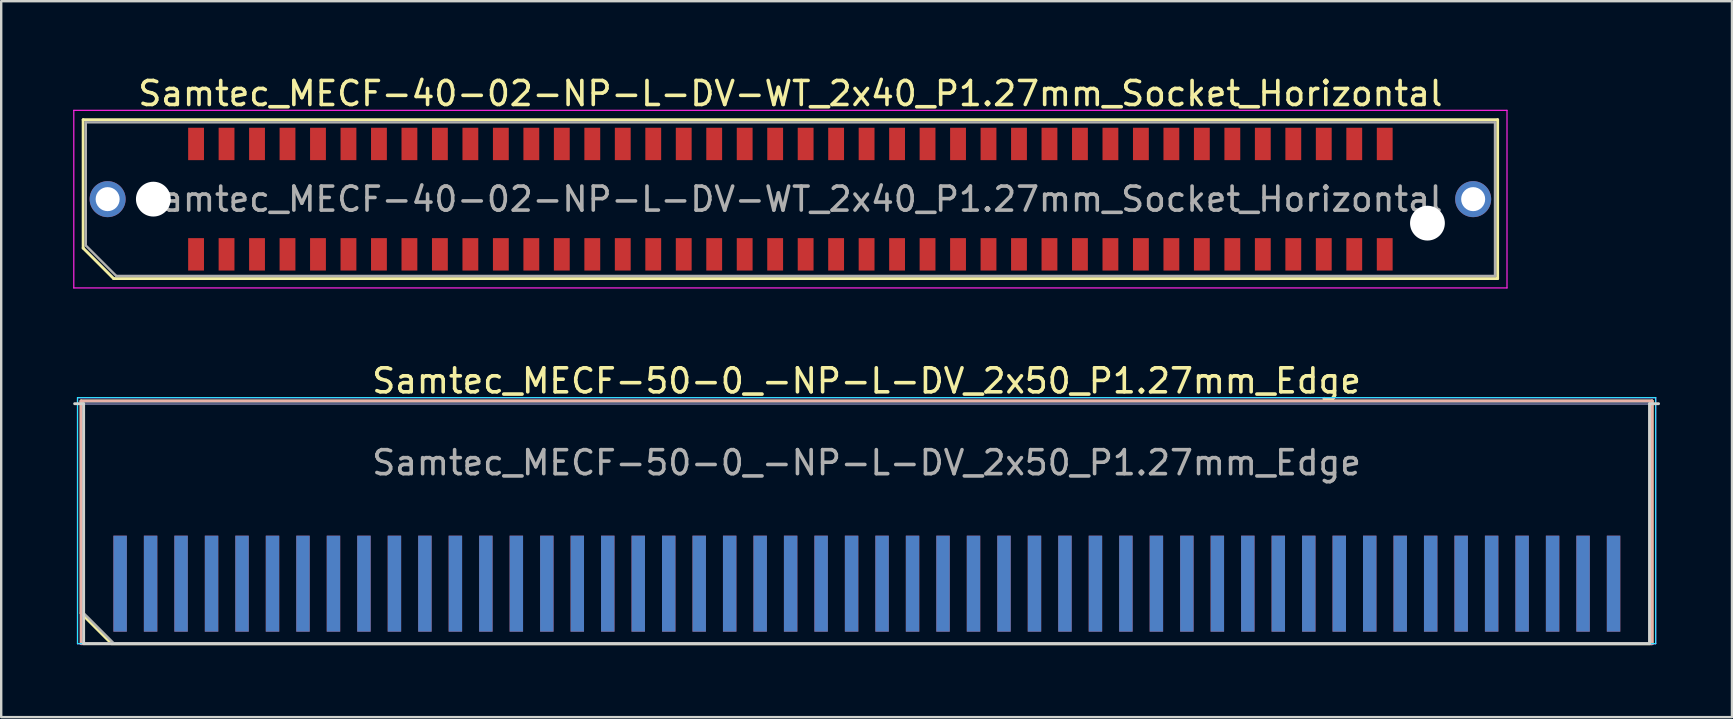
<source format=kicad_pcb>
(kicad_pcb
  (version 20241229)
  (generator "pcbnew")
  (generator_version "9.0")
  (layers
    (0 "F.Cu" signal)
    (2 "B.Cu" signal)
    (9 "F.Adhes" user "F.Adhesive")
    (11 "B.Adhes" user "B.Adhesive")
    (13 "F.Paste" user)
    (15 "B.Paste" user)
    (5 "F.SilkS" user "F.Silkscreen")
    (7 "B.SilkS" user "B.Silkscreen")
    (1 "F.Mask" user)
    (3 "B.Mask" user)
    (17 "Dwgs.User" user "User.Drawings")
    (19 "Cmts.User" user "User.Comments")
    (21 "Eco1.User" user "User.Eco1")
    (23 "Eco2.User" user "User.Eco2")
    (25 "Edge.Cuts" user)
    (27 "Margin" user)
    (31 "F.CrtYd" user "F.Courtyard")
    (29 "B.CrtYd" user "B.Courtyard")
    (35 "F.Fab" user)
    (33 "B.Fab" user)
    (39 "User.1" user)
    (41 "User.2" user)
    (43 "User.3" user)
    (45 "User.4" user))
  (footprint "Samtec_MECF-50-0_-NP-L-DV_2x50_P1.27mm_Edge"
    (layer "F.Cu")
    (at 33.06 18.771)
    (property "Reference" "Samtec_MECF-50-0_-NP-L-DV_2x50_P1.27mm_Edge" (at 0 -5.95 0) (layer "F.SilkS") (effects (font (size 1 1) (thickness 0.15))))
    (attr exclude_from_pos_files exclude_from_bom)
    (fp_line (start -32.73 -5.11) (end 32.73 -5.11) (stroke (width 0.12) (type solid)) (layer "F.SilkS"))
    (fp_line (start -32.73 3.73) (end -32.73 -5.11) (stroke (width 0.12) (type solid)) (layer "F.SilkS"))
    (fp_line (start -31.46 5) (end -32.73 3.73) (stroke (width 0.12) (type solid)) (layer "F.SilkS"))
    (fp_line (start -31.46 5) (end 32.73 5) (stroke (width 0.12) (type solid)) (layer "F.SilkS"))
    (fp_line (start 32.73 5) (end 32.73 -5.11) (stroke (width 0.12) (type solid)) (layer "F.SilkS"))
    (fp_line (start -32.73 -5.11) (end 32.73 -5.11) (stroke (width 0.12) (type solid)) (layer "B.SilkS"))
    (fp_line (start -32.73 5) (end -32.73 -5.11) (stroke (width 0.12) (type solid)) (layer "B.SilkS"))
    (fp_line (start -32.73 5) (end 32.73 5) (stroke (width 0.12) (type solid)) (layer "B.SilkS"))
    (fp_line (start 32.73 5) (end 32.73 -5.11) (stroke (width 0.12) (type solid)) (layer "B.SilkS"))
    (fp_line (start -33 -5) (end -32.625 -5) (stroke (width 0.12) (type solid)) (layer "Edge.Cuts"))
    (fp_line (start -32.625 5) (end -32.625 -5) (stroke (width 0.12) (type solid)) (layer "Edge.Cuts"))
    (fp_line (start -32.625 5) (end 32.625 5) (stroke (width 0.12) (type solid)) (layer "Edge.Cuts"))
    (fp_line (start 32.625 5) (end 32.625 -5) (stroke (width 0.12) (type solid)) (layer "Edge.Cuts"))
    (fp_line (start 33 -5) (end 32.625 -5) (stroke (width 0.12) (type solid)) (layer "Edge.Cuts"))
    (fp_line (start -32.88 -5.25) (end -32.88 5) (stroke (width 0.05) (type solid)) (layer "B.CrtYd"))
    (fp_line (start -32.88 5) (end 32.88 5) (stroke (width 0.05) (type solid)) (layer "B.CrtYd"))
    (fp_line (start 32.88 -5.25) (end -32.88 -5.25) (stroke (width 0.05) (type solid)) (layer "B.CrtYd"))
    (fp_line (start 32.88 5) (end 32.88 -5.25) (stroke (width 0.05) (type solid)) (layer "B.CrtYd"))
    (fp_line (start -32.88 -5.25) (end -32.88 5) (stroke (width 0.05) (type solid)) (layer "F.CrtYd"))
    (fp_line (start -32.88 5) (end 32.88 5) (stroke (width 0.05) (type solid)) (layer "F.CrtYd"))
    (fp_line (start 32.88 -5.25) (end -32.88 -5.25) (stroke (width 0.05) (type solid)) (layer "F.CrtYd"))
    (fp_line (start 32.88 5) (end 32.88 -5.25) (stroke (width 0.05) (type solid)) (layer "F.CrtYd"))
    (fp_line (start -32.625 -5) (end 32.625 -5) (stroke (width 0.1) (type solid)) (layer "B.Fab"))
    (fp_line (start -32.625 5) (end -32.625 -5) (stroke (width 0.1) (type solid)) (layer "B.Fab"))
    (fp_line (start -32.625 5) (end 32.625 5) (stroke (width 0.1) (type solid)) (layer "B.Fab"))
    (fp_line (start 32.625 5) (end 32.625 -5) (stroke (width 0.1) (type solid)) (layer "B.Fab"))
    (fp_line (start -32.625 -5) (end 32.625 -5) (stroke (width 0.1) (type solid)) (layer "F.Fab"))
    (fp_line (start -32.625 3.73) (end -32.625 -5) (stroke (width 0.1) (type solid)) (layer "F.Fab"))
    (fp_line (start -32.625 3.73) (end -31.355 5) (stroke (width 0.1) (type solid)) (layer "F.Fab"))
    (fp_line (start -31.355 5) (end 32.625 5) (stroke (width 0.1) (type solid)) (layer "F.Fab"))
    (fp_line (start 32.625 5) (end 32.625 -5) (stroke (width 0.1) (type solid)) (layer "F.Fab"))
    (fp_text user "${REFERENCE}" (at 0 -2.54 0) (layer "F.Fab") (effects (font (size 1 1) (thickness 0.15))))
    (pad "1" connect rect (at -31.105 2.5) (size 0.56 4) (layers "F.Cu" "F.Mask"))
    (pad "2" connect rect (at -31.105 2.5) (size 0.56 4) (layers "B.Cu" "B.Mask"))
    (pad "3" connect rect (at -29.835 2.5) (size 0.56 4) (layers "F.Cu" "F.Mask"))
    (pad "4" connect rect (at -29.835 2.5) (size 0.56 4) (layers "B.Cu" "B.Mask"))
    (pad "5" connect rect (at -28.565 2.5) (size 0.56 4) (layers "F.Cu" "F.Mask"))
    (pad "6" connect rect (at -28.565 2.5) (size 0.56 4) (layers "B.Cu" "B.Mask"))
    (pad "7" connect rect (at -27.295 2.5) (size 0.56 4) (layers "F.Cu" "F.Mask"))
    (pad "8" connect rect (at -27.295 2.5) (size 0.56 4) (layers "B.Cu" "B.Mask"))
    (pad "9" connect rect (at -26.025 2.5) (size 0.56 4) (layers "F.Cu" "F.Mask"))
    (pad "10" connect rect (at -26.025 2.5) (size 0.56 4) (layers "B.Cu" "B.Mask"))
    (pad "11" connect rect (at -24.755 2.5) (size 0.56 4) (layers "F.Cu" "F.Mask"))
    (pad "12" connect rect (at -24.755 2.5) (size 0.56 4) (layers "B.Cu" "B.Mask"))
    (pad "13" connect rect (at -23.485 2.5) (size 0.56 4) (layers "F.Cu" "F.Mask"))
    (pad "14" connect rect (at -23.485 2.5) (size 0.56 4) (layers "B.Cu" "B.Mask"))
    (pad "15" connect rect (at -22.215 2.5) (size 0.56 4) (layers "F.Cu" "F.Mask"))
    (pad "16" connect rect (at -22.215 2.5) (size 0.56 4) (layers "B.Cu" "B.Mask"))
    (pad "17" connect rect (at -20.945 2.5) (size 0.56 4) (layers "F.Cu" "F.Mask"))
    (pad "18" connect rect (at -20.945 2.5) (size 0.56 4) (layers "B.Cu" "B.Mask"))
    (pad "19" connect rect (at -19.675 2.5) (size 0.56 4) (layers "F.Cu" "F.Mask"))
    (pad "20" connect rect (at -19.675 2.5) (size 0.56 4) (layers "B.Cu" "B.Mask"))
    (pad "21" connect rect (at -18.405 2.5) (size 0.56 4) (layers "F.Cu" "F.Mask"))
    (pad "22" connect rect (at -18.405 2.5) (size 0.56 4) (layers "B.Cu" "B.Mask"))
    (pad "23" connect rect (at -17.135 2.5) (size 0.56 4) (layers "F.Cu" "F.Mask"))
    (pad "24" connect rect (at -17.135 2.5) (size 0.56 4) (layers "B.Cu" "B.Mask"))
    (pad "25" connect rect (at -15.865 2.5) (size 0.56 4) (layers "F.Cu" "F.Mask"))
    (pad "26" connect rect (at -15.865 2.5) (size 0.56 4) (layers "B.Cu" "B.Mask"))
    (pad "27" connect rect (at -14.595 2.5) (size 0.56 4) (layers "F.Cu" "F.Mask"))
    (pad "28" connect rect (at -14.595 2.5) (size 0.56 4) (layers "B.Cu" "B.Mask"))
    (pad "29" connect rect (at -13.325 2.5) (size 0.56 4) (layers "F.Cu" "F.Mask"))
    (pad "30" connect rect (at -13.325 2.5) (size 0.56 4) (layers "B.Cu" "B.Mask"))
    (pad "31" connect rect (at -12.055 2.5) (size 0.56 4) (layers "F.Cu" "F.Mask"))
    (pad "32" connect rect (at -12.055 2.5) (size 0.56 4) (layers "B.Cu" "B.Mask"))
    (pad "33" connect rect (at -10.785 2.5) (size 0.56 4) (layers "F.Cu" "F.Mask"))
    (pad "34" connect rect (at -10.785 2.5) (size 0.56 4) (layers "B.Cu" "B.Mask"))
    (pad "35" connect rect (at -9.515 2.5) (size 0.56 4) (layers "F.Cu" "F.Mask"))
    (pad "36" connect rect (at -9.515 2.5) (size 0.56 4) (layers "B.Cu" "B.Mask"))
    (pad "37" connect rect (at -8.245 2.5) (size 0.56 4) (layers "F.Cu" "F.Mask"))
    (pad "38" connect rect (at -8.245 2.5) (size 0.56 4) (layers "B.Cu" "B.Mask"))
    (pad "39" connect rect (at -6.975 2.5) (size 0.56 4) (layers "F.Cu" "F.Mask"))
    (pad "40" connect rect (at -6.975 2.5) (size 0.56 4) (layers "B.Cu" "B.Mask"))
    (pad "41" connect rect (at -5.705 2.5) (size 0.56 4) (layers "F.Cu" "F.Mask"))
    (pad "42" connect rect (at -5.705 2.5) (size 0.56 4) (layers "B.Cu" "B.Mask"))
    (pad "43" connect rect (at -4.435 2.5) (size 0.56 4) (layers "F.Cu" "F.Mask"))
    (pad "44" connect rect (at -4.435 2.5) (size 0.56 4) (layers "B.Cu" "B.Mask"))
    (pad "45" connect rect (at -3.165 2.5) (size 0.56 4) (layers "F.Cu" "F.Mask"))
    (pad "46" connect rect (at -3.165 2.5) (size 0.56 4) (layers "B.Cu" "B.Mask"))
    (pad "47" connect rect (at -1.895 2.5) (size 0.56 4) (layers "F.Cu" "F.Mask"))
    (pad "48" connect rect (at -1.895 2.5) (size 0.56 4) (layers "B.Cu" "B.Mask"))
    (pad "49" connect rect (at -0.625 2.5) (size 0.56 4) (layers "F.Cu" "F.Mask"))
    (pad "50" connect rect (at -0.625 2.5) (size 0.56 4) (layers "B.Cu" "B.Mask"))
    (pad "51" connect rect (at 0.645 2.5) (size 0.56 4) (layers "F.Cu" "F.Mask"))
    (pad "52" connect rect (at 0.645 2.5) (size 0.56 4) (layers "B.Cu" "B.Mask"))
    (pad "53" connect rect (at 1.915 2.5) (size 0.56 4) (layers "F.Cu" "F.Mask"))
    (pad "54" connect rect (at 1.915 2.5) (size 0.56 4) (layers "B.Cu" "B.Mask"))
    (pad "55" connect rect (at 3.185 2.5) (size 0.56 4) (layers "F.Cu" "F.Mask"))
    (pad "56" connect rect (at 3.185 2.5) (size 0.56 4) (layers "B.Cu" "B.Mask"))
    (pad "57" connect rect (at 4.455 2.5) (size 0.56 4) (layers "F.Cu" "F.Mask"))
    (pad "58" connect rect (at 4.455 2.5) (size 0.56 4) (layers "B.Cu" "B.Mask"))
    (pad "59" connect rect (at 5.725 2.5) (size 0.56 4) (layers "F.Cu" "F.Mask"))
    (pad "60" connect rect (at 5.725 2.5) (size 0.56 4) (layers "B.Cu" "B.Mask"))
    (pad "61" connect rect (at 6.995 2.5) (size 0.56 4) (layers "F.Cu" "F.Mask"))
    (pad "62" connect rect (at 6.995 2.5) (size 0.56 4) (layers "B.Cu" "B.Mask"))
    (pad "63" connect rect (at 8.265 2.5) (size 0.56 4) (layers "F.Cu" "F.Mask"))
    (pad "64" connect rect (at 8.265 2.5) (size 0.56 4) (layers "B.Cu" "B.Mask"))
    (pad "65" connect rect (at 9.535 2.5) (size 0.56 4) (layers "F.Cu" "F.Mask"))
    (pad "66" connect rect (at 9.535 2.5) (size 0.56 4) (layers "B.Cu" "B.Mask"))
    (pad "67" connect rect (at 10.805 2.5) (size 0.56 4) (layers "F.Cu" "F.Mask"))
    (pad "68" connect rect (at 10.805 2.5) (size 0.56 4) (layers "B.Cu" "B.Mask"))
    (pad "69" connect rect (at 12.075 2.5) (size 0.56 4) (layers "F.Cu" "F.Mask"))
    (pad "70" connect rect (at 12.075 2.5) (size 0.56 4) (layers "B.Cu" "B.Mask"))
    (pad "71" connect rect (at 13.345 2.5) (size 0.56 4) (layers "F.Cu" "F.Mask"))
    (pad "72" connect rect (at 13.345 2.5) (size 0.56 4) (layers "B.Cu" "B.Mask"))
    (pad "73" connect rect (at 14.615 2.5) (size 0.56 4) (layers "F.Cu" "F.Mask"))
    (pad "74" connect rect (at 14.615 2.5) (size 0.56 4) (layers "B.Cu" "B.Mask"))
    (pad "75" connect rect (at 15.885 2.5) (size 0.56 4) (layers "F.Cu" "F.Mask"))
    (pad "76" connect rect (at 15.885 2.5) (size 0.56 4) (layers "B.Cu" "B.Mask"))
    (pad "77" connect rect (at 17.155 2.5) (size 0.56 4) (layers "F.Cu" "F.Mask"))
    (pad "78" connect rect (at 17.155 2.5) (size 0.56 4) (layers "B.Cu" "B.Mask"))
    (pad "79" connect rect (at 18.425 2.5) (size 0.56 4) (layers "F.Cu" "F.Mask"))
    (pad "80" connect rect (at 18.425 2.5) (size 0.56 4) (layers "B.Cu" "B.Mask"))
    (pad "81" connect rect (at 19.695 2.5) (size 0.56 4) (layers "F.Cu" "F.Mask"))
    (pad "82" connect rect (at 19.695 2.5) (size 0.56 4) (layers "B.Cu" "B.Mask"))
    (pad "83" connect rect (at 20.965 2.5) (size 0.56 4) (layers "F.Cu" "F.Mask"))
    (pad "84" connect rect (at 20.965 2.5) (size 0.56 4) (layers "B.Cu" "B.Mask"))
    (pad "85" connect rect (at 22.235 2.5) (size 0.56 4) (layers "F.Cu" "F.Mask"))
    (pad "86" connect rect (at 22.235 2.5) (size 0.56 4) (layers "B.Cu" "B.Mask"))
    (pad "87" connect rect (at 23.505 2.5) (size 0.56 4) (layers "F.Cu" "F.Mask"))
    (pad "88" connect rect (at 23.505 2.5) (size 0.56 4) (layers "B.Cu" "B.Mask"))
    (pad "89" connect rect (at 24.775 2.5) (size 0.56 4) (layers "F.Cu" "F.Mask"))
    (pad "90" connect rect (at 24.775 2.5) (size 0.56 4) (layers "B.Cu" "B.Mask"))
    (pad "91" connect rect (at 26.045 2.5) (size 0.56 4) (layers "F.Cu" "F.Mask"))
    (pad "92" connect rect (at 26.045 2.5) (size 0.56 4) (layers "B.Cu" "B.Mask"))
    (pad "93" connect rect (at 27.315 2.5) (size 0.56 4) (layers "F.Cu" "F.Mask"))
    (pad "94" connect rect (at 27.315 2.5) (size 0.56 4) (layers "B.Cu" "B.Mask"))
    (pad "95" connect rect (at 28.585 2.5) (size 0.56 4) (layers "F.Cu" "F.Mask"))
    (pad "96" connect rect (at 28.585 2.5) (size 0.56 4) (layers "B.Cu" "B.Mask"))
    (pad "97" connect rect (at 29.855 2.5) (size 0.56 4) (layers "F.Cu" "F.Mask"))
    (pad "98" connect rect (at 29.855 2.5) (size 0.56 4) (layers "B.Cu" "B.Mask"))
    (pad "99" connect rect (at 31.125 2.5) (size 0.56 4) (layers "F.Cu" "F.Mask"))
    (pad "100" connect rect (at 31.125 2.5) (size 0.56 4) (layers "B.Cu" "B.Mask")))
  (footprint "Samtec_MECF-40-02-NP-L-DV-WT_2x40_P1.27mm_Socket_Horizontal"
    (layer "F.Cu")
    (at 29.885 5.248)
    (property "Reference" "Samtec_MECF-40-02-NP-L-DV-WT_2x40_P1.27mm_Socket_Horizontal" (at 0 -4.4 0) (layer "F.SilkS") (effects (font (size 1 1) (thickness 0.15))))
    (attr smd)
    (fp_line (start -29.47 -3.31) (end 29.47 -3.31) (stroke (width 0.12) (type solid)) (layer "F.SilkS"))
    (fp_line (start -29.47 2.04) (end -29.47 -3.31) (stroke (width 0.12) (type solid)) (layer "F.SilkS"))
    (fp_line (start -28.2 3.31) (end -29.47 2.04) (stroke (width 0.12) (type solid)) (layer "F.SilkS"))
    (fp_line (start -28.2 3.31) (end 29.47 3.31) (stroke (width 0.12) (type solid)) (layer "F.SilkS"))
    (fp_line (start 29.47 3.31) (end 29.47 -3.31) (stroke (width 0.12) (type solid)) (layer "F.SilkS"))
    (fp_line (start -29.86 -3.7) (end -29.86 3.7) (stroke (width 0.05) (type solid)) (layer "F.CrtYd"))
    (fp_line (start -29.86 3.7) (end 29.86 3.7) (stroke (width 0.05) (type solid)) (layer "F.CrtYd"))
    (fp_line (start 29.86 -3.7) (end -29.86 -3.7) (stroke (width 0.05) (type solid)) (layer "F.CrtYd"))
    (fp_line (start 29.86 3.7) (end 29.86 -3.7) (stroke (width 0.05) (type solid)) (layer "F.CrtYd"))
    (fp_line (start -29.36 -3.2) (end 29.36 -3.2) (stroke (width 0.1) (type solid)) (layer "F.Fab"))
    (fp_line (start -29.36 1.93) (end -29.36 -3.2) (stroke (width 0.1) (type solid)) (layer "F.Fab"))
    (fp_line (start -29.36 1.93) (end -28.09 3.2) (stroke (width 0.1) (type solid)) (layer "F.Fab"))
    (fp_line (start -28.09 3.2) (end 29.36 3.2) (stroke (width 0.1) (type solid)) (layer "F.Fab"))
    (fp_line (start 29.36 3.2) (end 29.36 -3.2) (stroke (width 0.1) (type solid)) (layer "F.Fab"))
    (fp_text user "${REFERENCE}" (at 0 0 0) (layer "F.Fab") (effects (font (size 1 1) (thickness 0.15))))
    (pad "" thru_hole circle (at -28.45 0) (size 1.5 1.5) (drill 1) (layers "*.Cu" "*.Mask"))
    (pad "" np_thru_hole circle (at -26.545 0) (size 1.45 1.45) (drill 1.45) (layers "*.Cu" "*.Mask"))
    (pad "" np_thru_hole circle (at 26.545 1) (size 1.45 1.45) (drill 1.45) (layers "*.Cu" "*.Mask"))
    (pad "" thru_hole circle (at 28.45 0) (size 1.5 1.5) (drill 1) (layers "*.Cu" "*.Mask"))
    (pad "1" smd rect (at -24.765 2.3) (size 0.66 1.35) (layers "F.Cu" "F.Mask" "F.Paste"))
    (pad "2" smd rect (at -24.765 -2.3) (size 0.66 1.35) (layers "F.Cu" "F.Mask" "F.Paste"))
    (pad "3" smd rect (at -23.495 2.3) (size 0.66 1.35) (layers "F.Cu" "F.Mask" "F.Paste"))
    (pad "4" smd rect (at -23.495 -2.3) (size 0.66 1.35) (layers "F.Cu" "F.Mask" "F.Paste"))
    (pad "5" smd rect (at -22.225 2.3) (size 0.66 1.35) (layers "F.Cu" "F.Mask" "F.Paste"))
    (pad "6" smd rect (at -22.225 -2.3) (size 0.66 1.35) (layers "F.Cu" "F.Mask" "F.Paste"))
    (pad "7" smd rect (at -20.955 2.3) (size 0.66 1.35) (layers "F.Cu" "F.Mask" "F.Paste"))
    (pad "8" smd rect (at -20.955 -2.3) (size 0.66 1.35) (layers "F.Cu" "F.Mask" "F.Paste"))
    (pad "9" smd rect (at -19.685 2.3) (size 0.66 1.35) (layers "F.Cu" "F.Mask" "F.Paste"))
    (pad "10" smd rect (at -19.685 -2.3) (size 0.66 1.35) (layers "F.Cu" "F.Mask" "F.Paste"))
    (pad "11" smd rect (at -18.415 2.3) (size 0.66 1.35) (layers "F.Cu" "F.Mask" "F.Paste"))
    (pad "12" smd rect (at -18.415 -2.3) (size 0.66 1.35) (layers "F.Cu" "F.Mask" "F.Paste"))
    (pad "13" smd rect (at -17.145 2.3) (size 0.66 1.35) (layers "F.Cu" "F.Mask" "F.Paste"))
    (pad "14" smd rect (at -17.145 -2.3) (size 0.66 1.35) (layers "F.Cu" "F.Mask" "F.Paste"))
    (pad "15" smd rect (at -15.875 2.3) (size 0.66 1.35) (layers "F.Cu" "F.Mask" "F.Paste"))
    (pad "16" smd rect (at -15.875 -2.3) (size 0.66 1.35) (layers "F.Cu" "F.Mask" "F.Paste"))
    (pad "17" smd rect (at -14.605 2.3) (size 0.66 1.35) (layers "F.Cu" "F.Mask" "F.Paste"))
    (pad "18" smd rect (at -14.605 -2.3) (size 0.66 1.35) (layers "F.Cu" "F.Mask" "F.Paste"))
    (pad "19" smd rect (at -13.335 2.3) (size 0.66 1.35) (layers "F.Cu" "F.Mask" "F.Paste"))
    (pad "20" smd rect (at -13.335 -2.3) (size 0.66 1.35) (layers "F.Cu" "F.Mask" "F.Paste"))
    (pad "21" smd rect (at -12.065 2.3) (size 0.66 1.35) (layers "F.Cu" "F.Mask" "F.Paste"))
    (pad "22" smd rect (at -12.065 -2.3) (size 0.66 1.35) (layers "F.Cu" "F.Mask" "F.Paste"))
    (pad "23" smd rect (at -10.795 2.3) (size 0.66 1.35) (layers "F.Cu" "F.Mask" "F.Paste"))
    (pad "24" smd rect (at -10.795 -2.3) (size 0.66 1.35) (layers "F.Cu" "F.Mask" "F.Paste"))
    (pad "25" smd rect (at -9.525 2.3) (size 0.66 1.35) (layers "F.Cu" "F.Mask" "F.Paste"))
    (pad "26" smd rect (at -9.525 -2.3) (size 0.66 1.35) (layers "F.Cu" "F.Mask" "F.Paste"))
    (pad "27" smd rect (at -8.255 2.3) (size 0.66 1.35) (layers "F.Cu" "F.Mask" "F.Paste"))
    (pad "28" smd rect (at -8.255 -2.3) (size 0.66 1.35) (layers "F.Cu" "F.Mask" "F.Paste"))
    (pad "29" smd rect (at -6.985 2.3) (size 0.66 1.35) (layers "F.Cu" "F.Mask" "F.Paste"))
    (pad "30" smd rect (at -6.985 -2.3) (size 0.66 1.35) (layers "F.Cu" "F.Mask" "F.Paste"))
    (pad "31" smd rect (at -5.715 2.3) (size 0.66 1.35) (layers "F.Cu" "F.Mask" "F.Paste"))
    (pad "32" smd rect (at -5.715 -2.3) (size 0.66 1.35) (layers "F.Cu" "F.Mask" "F.Paste"))
    (pad "33" smd rect (at -4.445 2.3) (size 0.66 1.35) (layers "F.Cu" "F.Mask" "F.Paste"))
    (pad "34" smd rect (at -4.445 -2.3) (size 0.66 1.35) (layers "F.Cu" "F.Mask" "F.Paste"))
    (pad "35" smd rect (at -3.175 2.3) (size 0.66 1.35) (layers "F.Cu" "F.Mask" "F.Paste"))
    (pad "36" smd rect (at -3.175 -2.3) (size 0.66 1.35) (layers "F.Cu" "F.Mask" "F.Paste"))
    (pad "37" smd rect (at -1.905 2.3) (size 0.66 1.35) (layers "F.Cu" "F.Mask" "F.Paste"))
    (pad "38" smd rect (at -1.905 -2.3) (size 0.66 1.35) (layers "F.Cu" "F.Mask" "F.Paste"))
    (pad "39" smd rect (at -0.635 2.3) (size 0.66 1.35) (layers "F.Cu" "F.Mask" "F.Paste"))
    (pad "40" smd rect (at -0.635 -2.3) (size 0.66 1.35) (layers "F.Cu" "F.Mask" "F.Paste"))
    (pad "41" smd rect (at 0.635 2.3) (size 0.66 1.35) (layers "F.Cu" "F.Mask" "F.Paste"))
    (pad "42" smd rect (at 0.635 -2.3) (size 0.66 1.35) (layers "F.Cu" "F.Mask" "F.Paste"))
    (pad "43" smd rect (at 1.905 2.3) (size 0.66 1.35) (layers "F.Cu" "F.Mask" "F.Paste"))
    (pad "44" smd rect (at 1.905 -2.3) (size 0.66 1.35) (layers "F.Cu" "F.Mask" "F.Paste"))
    (pad "45" smd rect (at 3.175 2.3) (size 0.66 1.35) (layers "F.Cu" "F.Mask" "F.Paste"))
    (pad "46" smd rect (at 3.175 -2.3) (size 0.66 1.35) (layers "F.Cu" "F.Mask" "F.Paste"))
    (pad "47" smd rect (at 4.445 2.3) (size 0.66 1.35) (layers "F.Cu" "F.Mask" "F.Paste"))
    (pad "48" smd rect (at 4.445 -2.3) (size 0.66 1.35) (layers "F.Cu" "F.Mask" "F.Paste"))
    (pad "49" smd rect (at 5.715 2.3) (size 0.66 1.35) (layers "F.Cu" "F.Mask" "F.Paste"))
    (pad "50" smd rect (at 5.715 -2.3) (size 0.66 1.35) (layers "F.Cu" "F.Mask" "F.Paste"))
    (pad "51" smd rect (at 6.985 2.3) (size 0.66 1.35) (layers "F.Cu" "F.Mask" "F.Paste"))
    (pad "52" smd rect (at 6.985 -2.3) (size 0.66 1.35) (layers "F.Cu" "F.Mask" "F.Paste"))
    (pad "53" smd rect (at 8.255 2.3) (size 0.66 1.35) (layers "F.Cu" "F.Mask" "F.Paste"))
    (pad "54" smd rect (at 8.255 -2.3) (size 0.66 1.35) (layers "F.Cu" "F.Mask" "F.Paste"))
    (pad "55" smd rect (at 9.525 2.3) (size 0.66 1.35) (layers "F.Cu" "F.Mask" "F.Paste"))
    (pad "56" smd rect (at 9.525 -2.3) (size 0.66 1.35) (layers "F.Cu" "F.Mask" "F.Paste"))
    (pad "57" smd rect (at 10.795 2.3) (size 0.66 1.35) (layers "F.Cu" "F.Mask" "F.Paste"))
    (pad "58" smd rect (at 10.795 -2.3) (size 0.66 1.35) (layers "F.Cu" "F.Mask" "F.Paste"))
    (pad "59" smd rect (at 12.065 2.3) (size 0.66 1.35) (layers "F.Cu" "F.Mask" "F.Paste"))
    (pad "60" smd rect (at 12.065 -2.3) (size 0.66 1.35) (layers "F.Cu" "F.Mask" "F.Paste"))
    (pad "61" smd rect (at 13.335 2.3) (size 0.66 1.35) (layers "F.Cu" "F.Mask" "F.Paste"))
    (pad "62" smd rect (at 13.335 -2.3) (size 0.66 1.35) (layers "F.Cu" "F.Mask" "F.Paste"))
    (pad "63" smd rect (at 14.605 2.3) (size 0.66 1.35) (layers "F.Cu" "F.Mask" "F.Paste"))
    (pad "64" smd rect (at 14.605 -2.3) (size 0.66 1.35) (layers "F.Cu" "F.Mask" "F.Paste"))
    (pad "65" smd rect (at 15.875 2.3) (size 0.66 1.35) (layers "F.Cu" "F.Mask" "F.Paste"))
    (pad "66" smd rect (at 15.875 -2.3) (size 0.66 1.35) (layers "F.Cu" "F.Mask" "F.Paste"))
    (pad "67" smd rect (at 17.145 2.3) (size 0.66 1.35) (layers "F.Cu" "F.Mask" "F.Paste"))
    (pad "68" smd rect (at 17.145 -2.3) (size 0.66 1.35) (layers "F.Cu" "F.Mask" "F.Paste"))
    (pad "69" smd rect (at 18.415 2.3) (size 0.66 1.35) (layers "F.Cu" "F.Mask" "F.Paste"))
    (pad "70" smd rect (at 18.415 -2.3) (size 0.66 1.35) (layers "F.Cu" "F.Mask" "F.Paste"))
    (pad "71" smd rect (at 19.685 2.3) (size 0.66 1.35) (layers "F.Cu" "F.Mask" "F.Paste"))
    (pad "72" smd rect (at 19.685 -2.3) (size 0.66 1.35) (layers "F.Cu" "F.Mask" "F.Paste"))
    (pad "73" smd rect (at 20.955 2.3) (size 0.66 1.35) (layers "F.Cu" "F.Mask" "F.Paste"))
    (pad "74" smd rect (at 20.955 -2.3) (size 0.66 1.35) (layers "F.Cu" "F.Mask" "F.Paste"))
    (pad "75" smd rect (at 22.225 2.3) (size 0.66 1.35) (layers "F.Cu" "F.Mask" "F.Paste"))
    (pad "76" smd rect (at 22.225 -2.3) (size 0.66 1.35) (layers "F.Cu" "F.Mask" "F.Paste"))
    (pad "77" smd rect (at 23.495 2.3) (size 0.66 1.35) (layers "F.Cu" "F.Mask" "F.Paste"))
    (pad "78" smd rect (at 23.495 -2.3) (size 0.66 1.35) (layers "F.Cu" "F.Mask" "F.Paste"))
    (pad "79" smd rect (at 24.765 2.3) (size 0.66 1.35) (layers "F.Cu" "F.Mask" "F.Paste"))
    (pad "80" smd rect (at 24.765 -2.3) (size 0.66 1.35) (layers "F.Cu" "F.Mask" "F.Paste")))
  (gr_rect
    (start -3 -3)
    (end 69.12 26.831)
    (stroke (width 0.1) (type default))
    (fill no)
    (layer "Edge.Cuts")))
</source>
